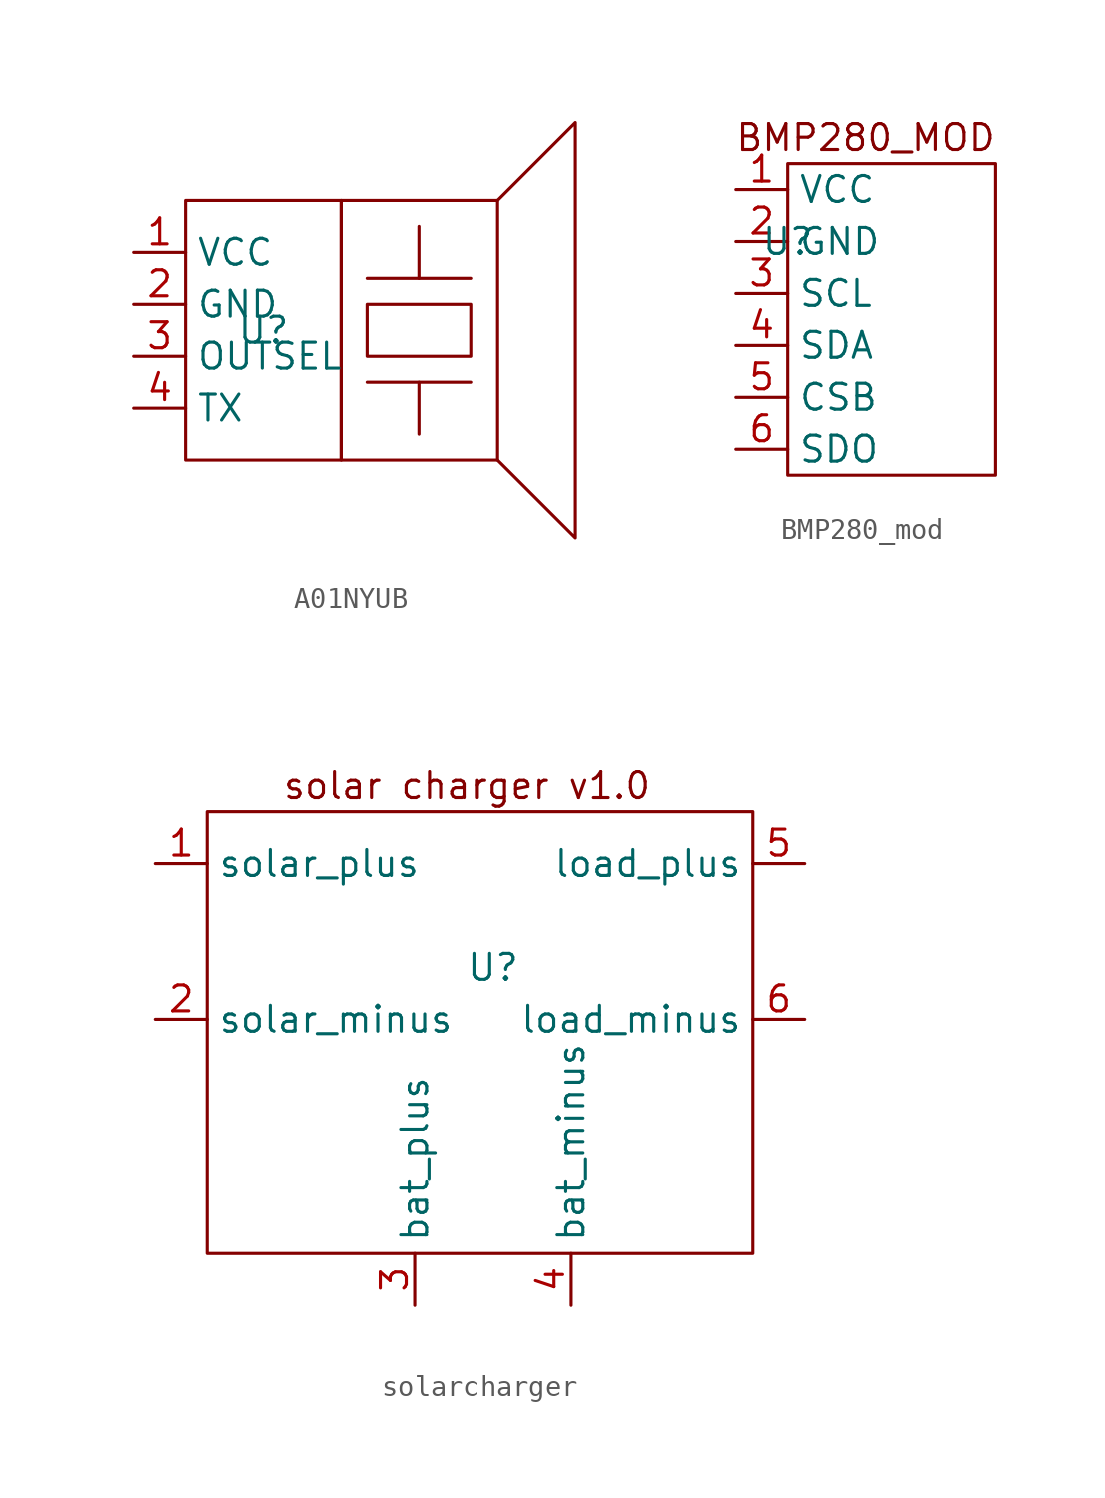
<source format=kicad_sym>
(kicad_symbol_lib
  (version 20220914)
  (generator kicad_symbol_editor)
  (symbol "A01NYUB"
    (property "Reference" "U"
      (at 0 0 0)
      (effects (font (size 1.27 1.27))))
    (property "Value" ""
      (at 0 0 0)
      (effects (font (size 1.27 1.27))))
    (symbol "A01NYUB_0_1"
      (rectangle (start -3.81 6.35) (end 3.81 -6.35) (stroke (width 0) (type default)) (fill (type none)))
      (polyline (pts (xy 5.08 -2.54) (xy 10.16 -2.54)) (stroke (width 0) (type default)) (fill (type none)))
      (polyline (pts (xy 5.08 2.54) (xy 10.16 2.54)) (stroke (width 0) (type default)) (fill (type none)))
      (polyline (pts (xy 7.62 -2.54) (xy 7.62 -5.08)) (stroke (width 0) (type default)) (fill (type none)))
      (polyline (pts (xy 7.62 2.54) (xy 7.62 5.08)) (stroke (width 0) (type default)) (fill (type none)))
      (polyline (pts (xy 11.43 6.35) (xy 15.24 10.16) (xy 15.24 -10.16) (xy 11.43 -6.35)) (stroke (width 0) (type default)) (fill (type none)))
      (rectangle (start 3.81 6.35) (end 11.43 -6.35) (stroke (width 0) (type default)) (fill (type none)))
      (rectangle (start 5.08 1.27) (end 10.16 -1.27) (stroke (width 0) (type default)) (fill (type none))))
    (symbol "A01NYUB_1_1"
      (pin input line (at -6.35 3.81 0) (length 2.54) (name "VCC" (effects (font (size 1.27 1.27)))) (number "1" (effects (font (size 1.27 1.27)))))
      (pin input line (at -6.35 1.27 0) (length 2.54) (name "GND" (effects (font (size 1.27 1.27)))) (number "2" (effects (font (size 1.27 1.27)))))
      (pin input line (at -6.35 -1.27 0) (length 2.54) (name "OUTSEL" (effects (font (size 1.27 1.27)))) (number "3" (effects (font (size 1.27 1.27)))))
      (pin output line (at -6.35 -3.81 0) (length 2.54) (name "TX" (effects (font (size 1.27 1.27)))) (number "4" (effects (font (size 1.27 1.27)))))))
  (symbol "BMP280_mod"
    (property "Reference" "U"
      (at 0 0 0)
      (effects (font (size 1.27 1.27))))
    (property "Value" ""
      (at 0 0 0)
      (effects (font (size 1.27 1.27))))
    (symbol "BMP280_mod_0_1"
      (rectangle (start 0 3.81) (end 10.16 -11.43) (stroke (width 0) (type default)) (fill (type none))))
    (symbol "BMP280_mod_1_1"
      (text "BMP280_MOD" (at 3.81 5.08 0) (effects (font (size 1.27 1.27))))
      (pin input line (at -2.54 2.54 0) (length 2.54) (name "VCC" (effects (font (size 1.27 1.27)))) (number "1" (effects (font (size 1.27 1.27)))))
      (pin input line (at -2.54 0 0) (length 2.54) (name "GND" (effects (font (size 1.27 1.27)))) (number "2" (effects (font (size 1.27 1.27)))))
      (pin input line (at -2.54 -2.54 0) (length 2.54) (name "SCL" (effects (font (size 1.27 1.27)))) (number "3" (effects (font (size 1.27 1.27)))))
      (pin bidirectional line (at -2.54 -5.08 0) (length 2.54) (name "SDA" (effects (font (size 1.27 1.27)))) (number "4" (effects (font (size 1.27 1.27)))))
      (pin bidirectional line (at -2.54 -7.62 0) (length 2.54) (name "CSB" (effects (font (size 1.27 1.27)))) (number "5" (effects (font (size 1.27 1.27)))))
      (pin output line (at -2.54 -10.16 0) (length 2.54) (name "SDO" (effects (font (size 1.27 1.27)))) (number "6" (effects (font (size 1.27 1.27)))))))
  (symbol "solarcharger"
    (property "Reference" "U"
      (at 0 0 0)
      (effects (font (size 1.27 1.27))))
    (property "Value" ""
      (at -8.89 3.81 0)
      (effects (font (size 1.27 1.27))))
    (symbol "solarcharger_1_1"
      (rectangle (start -13.97 7.62) (end 12.7 -13.97) (stroke (width 0) (type default)) (fill (type none)))
      (text "solar charger v1.0" (at -1.27 8.89 0) (effects (font (size 1.27 1.27))))
      (pin input line (at -16.51 5.08 0) (length 2.54) (name "solar_plus" (effects (font (size 1.27 1.27)))) (number "1" (effects (font (size 1.27 1.27)))))
      (pin input line (at -16.51 -2.54 0) (length 2.54) (name "solar_minus" (effects (font (size 1.27 1.27)))) (number "2" (effects (font (size 1.27 1.27)))))
      (pin output line (at -3.81 -16.51 90) (length 2.54) (name "bat_plus" (effects (font (size 1.27 1.27)))) (number "3" (effects (font (size 1.27 1.27)))))
      (pin output line (at 3.81 -16.51 90) (length 2.54) (name "bat_minus" (effects (font (size 1.27 1.27)))) (number "4" (effects (font (size 1.27 1.27)))))
      (pin power_out line (at 15.24 5.08 180) (length 2.54) (name "load_plus" (effects (font (size 1.27 1.27)))) (number "5" (effects (font (size 1.27 1.27)))))
      (pin power_out line (at 15.24 -2.54 180) (length 2.54) (name "load_minus" (effects (font (size 1.27 1.27)))) (number "6" (effects (font (size 1.27 1.27))))))))
</source>
